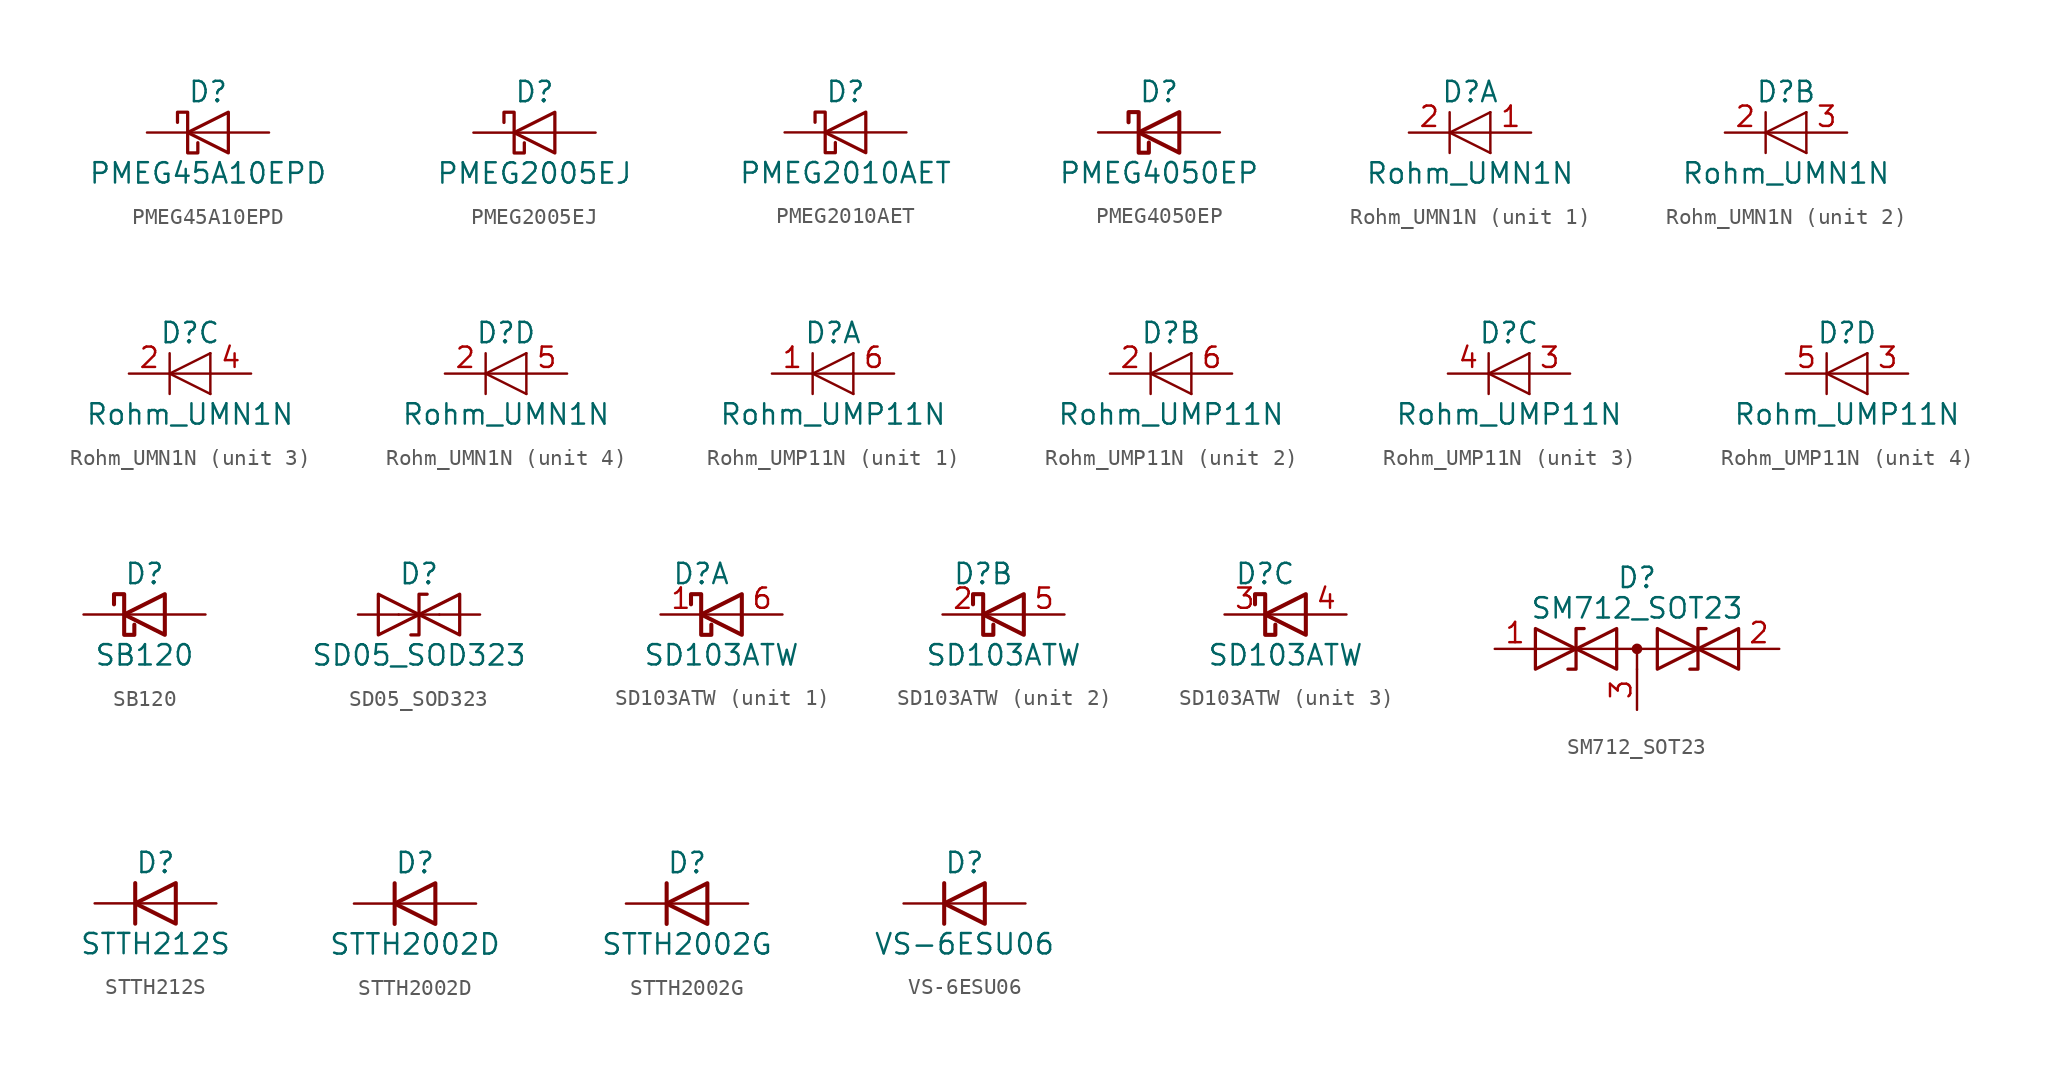
<source format=kicad_sym>
(kicad_symbol_lib
  (version 20241209)
  (generator "kicad_symbol_editor")
  (generator_version "9.0")
  (symbol "PMEG45A10EPD"
    (pin_numbers hide)
    (pin_names hide)
    (property "Reference" "D"
      (at 0 2.54 0)
      (effects (font (size 1.27 1.27))))
    (property "Value" "PMEG45A10EPD"
      (at 0 -2.54 0)
      (effects (font (size 1.27 1.27))))
    (symbol "PMEG45A10EPD_0_1"
      (polyline (pts (xy -1.905 0.635) (xy -1.905 1.27) (xy -1.27 1.27) (xy -1.27 -1.27) (xy -0.635 -1.27) (xy -0.635 -0.635)) (stroke (width 0.203) (type default)) (fill (type none)))
      (polyline (pts (xy 1.27 1.27) (xy 1.27 -1.27) (xy -1.27 0) (xy 1.27 1.27)) (stroke (width 0.203) (type default)) (fill (type none)))
      (polyline (pts (xy 1.27 0) (xy -1.27 0)) (stroke (width 0) (type default)) (fill (type none))))
    (symbol "PMEG45A10EPD_1_1"
      (pin passive line (at -3.81 0 0) (length 2.54) (name "K" (effects (font (size 1.27 1.27)))) (number "3" (effects (font (size 1.27 1.27)))))
      (pin passive line (at 3.81 0 180) (length 2.54) (name "A" (effects (font (size 1.27 1.27)))) (number "1" (effects (font (size 1.27 1.27)))))
      (pin passive line (at 3.81 0 180) (length 2.54) hide (name "A" (effects (font (size 1.27 1.27)))) (number "2" (effects (font (size 1.27 1.27)))))))
  (symbol "PMEG2005EJ"
    (pin_numbers hide)
    (pin_names hide)
    (property "Reference" "D"
      (at 0 2.54 0)
      (effects (font (size 1.27 1.27))))
    (property "Value" "PMEG2005EJ"
      (at 0 -2.54 0)
      (effects (font (size 1.27 1.27))))
    (symbol "PMEG2005EJ_0_1"
      (polyline (pts (xy -1.905 0.635) (xy -1.905 1.27) (xy -1.27 1.27) (xy -1.27 -1.27) (xy -0.635 -1.27) (xy -0.635 -0.635)) (stroke (width 0.203) (type default)) (fill (type none)))
      (polyline (pts (xy 1.27 1.27) (xy 1.27 -1.27) (xy -1.27 0) (xy 1.27 1.27)) (stroke (width 0.203) (type default)) (fill (type none)))
      (polyline (pts (xy 1.27 0) (xy -1.27 0)) (stroke (width 0) (type default)) (fill (type none))))
    (symbol "PMEG2005EJ_1_1"
      (pin passive line (at -3.81 0 0) (length 2.54) (name "K" (effects (font (size 1.27 1.27)))) (number "1" (effects (font (size 1.27 1.27)))))
      (pin passive line (at 3.81 0 180) (length 2.54) (name "A" (effects (font (size 1.27 1.27)))) (number "2" (effects (font (size 1.27 1.27)))))))
  (symbol "PMEG2010AET"
    (pin_numbers hide)
    (pin_names hide)
    (property "Reference" "D"
      (at 0 2.54 0)
      (effects (font (size 1.27 1.27))))
    (property "Value" "PMEG2010AET"
      (at 0 -2.54 0)
      (effects (font (size 1.27 1.27))))
    (symbol "PMEG2010AET_0_1"
      (polyline (pts (xy -1.905 0.635) (xy -1.905 1.27) (xy -1.27 1.27) (xy -1.27 -1.27) (xy -0.635 -1.27) (xy -0.635 -0.635)) (stroke (width 0.203) (type default)) (fill (type none)))
      (polyline (pts (xy 1.27 0) (xy -1.27 0)) (stroke (width 0) (type default)) (fill (type none)))
      (polyline (pts (xy 1.27 -1.27) (xy 1.27 1.27) (xy -1.27 0) (xy 1.27 -1.27)) (stroke (width 0.203) (type default)) (fill (type none))))
    (symbol "PMEG2010AET_1_1"
      (pin passive line (at -3.81 0 0) (length 2.54) (name "K" (effects (font (size 1.27 1.27)))) (number "3" (effects (font (size 1.27 1.27)))))
      (pin no_connect line (at 0 0 180) (length 2.54) hide (name "NC" (effects (font (size 1.27 1.27)))) (number "2" (effects (font (size 1.27 1.27)))))
      (pin passive line (at 3.81 0 180) (length 2.54) (name "A" (effects (font (size 1.27 1.27)))) (number "1" (effects (font (size 1.27 1.27)))))))
  (symbol "PMEG4050EP"
    (pin_numbers hide)
    (pin_names hide)
    (property "Reference" "D"
      (at 0 2.54 0)
      (effects (font (size 1.27 1.27))))
    (property "Value" "PMEG4050EP"
      (at 0 -2.54 0)
      (effects (font (size 1.27 1.27))))
    (symbol "PMEG4050EP_0_1"
      (polyline (pts (xy -1.905 0.635) (xy -1.905 1.27) (xy -1.27 1.27) (xy -1.27 -1.27) (xy -0.635 -1.27) (xy -0.635 -0.635)) (stroke (width 0.254) (type default)) (fill (type none)))
      (polyline (pts (xy 1.27 1.27) (xy 1.27 -1.27) (xy -1.27 0) (xy 1.27 1.27)) (stroke (width 0.254) (type default)) (fill (type none)))
      (polyline (pts (xy 1.27 0) (xy -1.27 0)) (stroke (width 0) (type default)) (fill (type none))))
    (symbol "PMEG4050EP_1_1"
      (pin passive line (at -3.81 0 0) (length 2.54) (name "K" (effects (font (size 1.27 1.27)))) (number "1" (effects (font (size 1.27 1.27)))))
      (pin passive line (at 3.81 0 180) (length 2.54) (name "A" (effects (font (size 1.27 1.27)))) (number "2" (effects (font (size 1.27 1.27)))))))
  (symbol "Rohm_UMN1N"
    (pin_names
      (offset 1.016) hide)
    (property "Reference" "D"
      (at 0 2.54 0)
      (effects (font (size 1.27 1.27))))
    (property "Value" "Rohm_UMN1N"
      (at 0 -2.54 0)
      (effects (font (size 1.27 1.27))))
    (symbol "Rohm_UMN1N_0_1"
      (polyline (pts (xy -1.27 1.27) (xy -1.27 -1.27)) (stroke (width 0.152) (type default)) (fill (type none)))
      (polyline (pts (xy 1.27 1.27) (xy -1.27 0) (xy 1.27 -1.27)) (stroke (width 0) (type default)) (fill (type none)))
      (polyline (pts (xy 1.27 0) (xy -1.27 0)) (stroke (width 0) (type default)) (fill (type none)))
      (polyline (pts (xy 1.27 -1.27) (xy 1.27 1.27)) (stroke (width 0) (type default)) (fill (type none))))
    (symbol "Rohm_UMN1N_1_1"
      (pin passive line (at -3.81 0 0) (length 2.54) (name "K" (effects (font (size 1.27 1.27)))) (number "2" (effects (font (size 1.27 1.27)))))
      (pin passive line (at 3.81 0 180) (length 2.54) (name "A" (effects (font (size 1.27 1.27)))) (number "1" (effects (font (size 1.27 1.27))))))
    (symbol "Rohm_UMN1N_2_1"
      (pin passive line (at -3.81 0 0) (length 2.54) (name "K" (effects (font (size 1.27 1.27)))) (number "2" (effects (font (size 1.27 1.27)))))
      (pin passive line (at 3.81 0 180) (length 2.54) (name "A" (effects (font (size 1.27 1.27)))) (number "3" (effects (font (size 1.27 1.27))))))
    (symbol "Rohm_UMN1N_3_1"
      (pin passive line (at -3.81 0 0) (length 2.54) (name "K" (effects (font (size 1.27 1.27)))) (number "2" (effects (font (size 1.27 1.27)))))
      (pin passive line (at 3.81 0 180) (length 2.54) (name "A" (effects (font (size 1.27 1.27)))) (number "4" (effects (font (size 1.27 1.27))))))
    (symbol "Rohm_UMN1N_4_1"
      (pin passive line (at -3.81 0 0) (length 2.54) (name "K" (effects (font (size 1.27 1.27)))) (number "2" (effects (font (size 1.27 1.27)))))
      (pin passive line (at 3.81 0 180) (length 2.54) (name "A" (effects (font (size 1.27 1.27)))) (number "5" (effects (font (size 1.27 1.27)))))))
  (symbol "Rohm_UMP11N"
    (pin_names
      (offset 1.016) hide)
    (property "Reference" "D"
      (at 0 2.54 0)
      (effects (font (size 1.27 1.27))))
    (property "Value" "Rohm_UMP11N"
      (at 0 -2.54 0)
      (effects (font (size 1.27 1.27))))
    (symbol "Rohm_UMP11N_0_1"
      (polyline (pts (xy -1.27 1.27) (xy -1.27 -1.27)) (stroke (width 0.152) (type default)) (fill (type none)))
      (polyline (pts (xy 1.27 1.27) (xy -1.27 0) (xy 1.27 -1.27)) (stroke (width 0) (type default)) (fill (type none)))
      (polyline (pts (xy 1.27 0) (xy -1.27 0)) (stroke (width 0) (type default)) (fill (type none)))
      (polyline (pts (xy 1.27 -1.27) (xy 1.27 1.27)) (stroke (width 0) (type default)) (fill (type none))))
    (symbol "Rohm_UMP11N_1_1"
      (pin passive line (at -3.81 0 0) (length 2.54) (name "K" (effects (font (size 1.27 1.27)))) (number "1" (effects (font (size 1.27 1.27)))))
      (pin passive line (at 3.81 0 180) (length 2.54) (name "A" (effects (font (size 1.27 1.27)))) (number "6" (effects (font (size 1.27 1.27))))))
    (symbol "Rohm_UMP11N_2_1"
      (pin passive line (at -3.81 0 0) (length 2.54) (name "K" (effects (font (size 1.27 1.27)))) (number "2" (effects (font (size 1.27 1.27)))))
      (pin passive line (at 3.81 0 180) (length 2.54) (name "A" (effects (font (size 1.27 1.27)))) (number "6" (effects (font (size 1.27 1.27))))))
    (symbol "Rohm_UMP11N_3_1"
      (pin passive line (at -3.81 0 0) (length 2.54) (name "K" (effects (font (size 1.27 1.27)))) (number "4" (effects (font (size 1.27 1.27)))))
      (pin passive line (at 3.81 0 180) (length 2.54) (name "A" (effects (font (size 1.27 1.27)))) (number "3" (effects (font (size 1.27 1.27))))))
    (symbol "Rohm_UMP11N_4_1"
      (pin passive line (at -3.81 0 0) (length 2.54) (name "K" (effects (font (size 1.27 1.27)))) (number "5" (effects (font (size 1.27 1.27)))))
      (pin passive line (at 3.81 0 180) (length 2.54) (name "A" (effects (font (size 1.27 1.27)))) (number "3" (effects (font (size 1.27 1.27)))))))
  (symbol "SB120"
    (pin_numbers hide)
    (pin_names
      (offset 1.016) hide)
    (property "Reference" "D"
      (at 0 2.54 0)
      (effects (font (size 1.27 1.27))))
    (property "Value" "SB120"
      (at 0 -2.54 0)
      (effects (font (size 1.27 1.27))))
    (symbol "SB120_0_1"
      (polyline (pts (xy -1.905 0.635) (xy -1.905 1.27) (xy -1.27 1.27) (xy -1.27 -1.27) (xy -0.635 -1.27) (xy -0.635 -0.635)) (stroke (width 0.254) (type default)) (fill (type none)))
      (polyline (pts (xy 1.27 1.27) (xy 1.27 -1.27) (xy -1.27 0) (xy 1.27 1.27)) (stroke (width 0.254) (type default)) (fill (type none)))
      (polyline (pts (xy 1.27 0) (xy -1.27 0)) (stroke (width 0) (type default)) (fill (type none))))
    (symbol "SB120_1_1"
      (pin passive line (at -3.81 0 0) (length 2.54) (name "K" (effects (font (size 1.27 1.27)))) (number "1" (effects (font (size 1.27 1.27)))))
      (pin passive line (at 3.81 0 180) (length 2.54) (name "A" (effects (font (size 1.27 1.27)))) (number "2" (effects (font (size 1.27 1.27)))))))
  (symbol "SD05_SOD323"
    (pin_numbers hide)
    (pin_names
      (offset 1.016) hide)
    (property "Reference" "D"
      (at 0 2.54 0)
      (effects (font (size 1.27 1.27))))
    (property "Value" "SD05_SOD323"
      (at 0 -2.54 0)
      (effects (font (size 1.27 1.27))))
    (symbol "SD05_SOD323_0_1"
      (polyline (pts (xy -2.54 -1.27) (xy 0 0) (xy -2.54 1.27) (xy -2.54 -1.27)) (stroke (width 0.203) (type default)) (fill (type none)))
      (polyline (pts (xy 0.508 1.27) (xy 0 1.27) (xy 0 -1.27) (xy -0.508 -1.27)) (stroke (width 0.203) (type default)) (fill (type none)))
      (polyline (pts (xy 1.27 0) (xy -1.27 0)) (stroke (width 0) (type default)) (fill (type none)))
      (polyline (pts (xy 2.54 1.27) (xy 2.54 -1.27) (xy 0 0) (xy 2.54 1.27)) (stroke (width 0.203) (type default)) (fill (type none))))
    (symbol "SD05_SOD323_1_1"
      (pin passive line (at -3.81 0 0) (length 2.54) (name "A1" (effects (font (size 1.27 1.27)))) (number "1" (effects (font (size 1.27 1.27)))))
      (pin passive line (at 3.81 0 180) (length 2.54) (name "A2" (effects (font (size 1.27 1.27)))) (number "2" (effects (font (size 1.27 1.27)))))))
  (symbol "SD103ATW"
    (pin_names hide)
    (property "Reference" "D"
      (at -1.27 2.54 0)
      (effects (font (size 1.27 1.27))))
    (property "Value" "SD103ATW"
      (at 0 -2.54 0)
      (effects (font (size 1.27 1.27))))
    (symbol "SD103ATW_0_1"
      (polyline (pts (xy -1.905 0.635) (xy -1.905 1.27) (xy -1.27 1.27) (xy -1.27 -1.27) (xy -0.635 -1.27) (xy -0.635 -0.635)) (stroke (width 0.254) (type default)) (fill (type none)))
      (polyline (pts (xy 1.27 1.27) (xy 1.27 -1.27) (xy -1.27 0) (xy 1.27 1.27)) (stroke (width 0.254) (type default)) (fill (type none)))
      (polyline (pts (xy 1.27 0) (xy -1.27 0)) (stroke (width 0) (type default)) (fill (type none))))
    (symbol "SD103ATW_1_1"
      (pin passive line (at -3.81 0 0) (length 2.54) (name "K" (effects (font (size 1.27 1.27)))) (number "1" (effects (font (size 1.27 1.27)))))
      (pin passive line (at 3.81 0 180) (length 2.54) (name "A" (effects (font (size 1.27 1.27)))) (number "6" (effects (font (size 1.27 1.27))))))
    (symbol "SD103ATW_2_1"
      (pin passive line (at -3.81 0 0) (length 2.54) (name "K" (effects (font (size 1.27 1.27)))) (number "2" (effects (font (size 1.27 1.27)))))
      (pin passive line (at 3.81 0 180) (length 2.54) (name "A" (effects (font (size 1.27 1.27)))) (number "5" (effects (font (size 1.27 1.27))))))
    (symbol "SD103ATW_3_1"
      (pin passive line (at -3.81 0 0) (length 2.54) (name "K" (effects (font (size 1.27 1.27)))) (number "3" (effects (font (size 1.27 1.27)))))
      (pin passive line (at 3.81 0 180) (length 2.54) (name "A" (effects (font (size 1.27 1.27)))) (number "4" (effects (font (size 1.27 1.27)))))))
  (symbol "SM712_SOT23"
    (pin_names
      (offset 1.016) hide)
    (property "Reference" "D"
      (at 0 4.445 0)
      (effects (font (size 1.27 1.27))))
    (property "Value" "SM712_SOT23"
      (at 0 2.54 0)
      (effects (font (size 1.27 1.27))))
    (symbol "SM712_SOT23_0_0"
      (polyline (pts (xy 0 -1.27) (xy 0 0)) (stroke (width 0) (type default)) (fill (type none))))
    (symbol "SM712_SOT23_0_1"
      (polyline (pts (xy -6.35 0) (xy 6.35 0)) (stroke (width 0) (type default)) (fill (type none)))
      (polyline (pts (xy -6.35 -1.27) (xy -1.27 1.27) (xy -1.27 -1.27) (xy -6.35 1.27) (xy -6.35 -1.27)) (stroke (width 0.203) (type default)) (fill (type none)))
      (polyline (pts (xy -3.302 1.27) (xy -3.81 1.27) (xy -3.81 -1.27) (xy -4.318 -1.27)) (stroke (width 0.203) (type default)) (fill (type none)))
      (circle (center 0 0) (radius 0.254) (stroke (width 0) (type default)) (fill (type outline)))
      (polyline (pts (xy 1.27 -1.27) (xy 1.27 1.27) (xy 6.35 -1.27) (xy 6.35 1.27) (xy 1.27 -1.27)) (stroke (width 0.203) (type default)) (fill (type none)))
      (polyline (pts (xy 4.318 1.27) (xy 3.81 1.27) (xy 3.81 -1.27) (xy 3.302 -1.27)) (stroke (width 0.203) (type default)) (fill (type none))))
    (symbol "SM712_SOT23_1_1"
      (pin passive line (at -8.89 0 0) (length 2.54) (name "A1" (effects (font (size 1.27 1.27)))) (number "1" (effects (font (size 1.27 1.27)))))
      (pin input line (at 0 -3.81 90) (length 2.54) (name "common" (effects (font (size 1.27 1.27)))) (number "3" (effects (font (size 1.27 1.27)))))
      (pin passive line (at 8.89 0 180) (length 2.54) (name "A2" (effects (font (size 1.27 1.27)))) (number "2" (effects (font (size 1.27 1.27)))))))
  (symbol "STTH212S"
    (pin_numbers hide)
    (pin_names
      (offset 1.016) hide)
    (property "Reference" "D"
      (at 0 2.54 0)
      (effects (font (size 1.27 1.27))))
    (property "Value" "STTH212S"
      (at 0 -2.54 0)
      (effects (font (size 1.27 1.27))))
    (symbol "STTH212S_0_1"
      (polyline (pts (xy -1.27 1.27) (xy -1.27 -1.27)) (stroke (width 0.254) (type default)) (fill (type none)))
      (polyline (pts (xy 1.27 1.27) (xy 1.27 -1.27) (xy -1.27 0) (xy 1.27 1.27)) (stroke (width 0.254) (type default)) (fill (type none)))
      (polyline (pts (xy 1.27 0) (xy -1.27 0)) (stroke (width 0) (type default)) (fill (type none))))
    (symbol "STTH212S_1_1"
      (pin passive line (at -3.81 0 0) (length 2.54) (name "K" (effects (font (size 1.27 1.27)))) (number "1" (effects (font (size 1.27 1.27)))))
      (pin passive line (at 3.81 0 180) (length 2.54) (name "A" (effects (font (size 1.27 1.27)))) (number "2" (effects (font (size 1.27 1.27)))))))
  (symbol "STTH2002D"
    (pin_numbers hide)
    (pin_names hide)
    (property "Reference" "D"
      (at 0 2.54 0)
      (effects (font (size 1.27 1.27))))
    (property "Value" "STTH2002D"
      (at 0 -2.54 0)
      (effects (font (size 1.27 1.27))))
    (symbol "STTH2002D_0_0"
      (pin no_connect line (at 0 0 90) (length 2.54) hide (name "NC" (effects (font (size 1.27 1.27)))) (number "3" (effects (font (size 1.27 1.27))))))
    (symbol "STTH2002D_0_1"
      (polyline (pts (xy -1.27 1.27) (xy -1.27 -1.27)) (stroke (width 0.254) (type default)) (fill (type none)))
      (polyline (pts (xy 1.27 1.27) (xy 1.27 -1.27) (xy -1.27 0) (xy 1.27 1.27)) (stroke (width 0.254) (type default)) (fill (type none)))
      (polyline (pts (xy 1.27 0) (xy -1.27 0)) (stroke (width 0) (type default)) (fill (type none))))
    (symbol "STTH2002D_1_1"
      (pin passive line (at -3.81 0 0) (length 2.54) (name "K" (effects (font (size 1.27 1.27)))) (number "1" (effects (font (size 1.27 1.27)))))
      (pin passive line (at 3.81 0 180) (length 2.54) (name "A" (effects (font (size 1.27 1.27)))) (number "2" (effects (font (size 1.27 1.27)))))))
  (symbol "STTH2002G"
    (pin_numbers hide)
    (pin_names hide)
    (property "Reference" "D"
      (at 0 2.54 0)
      (effects (font (size 1.27 1.27))))
    (property "Value" "STTH2002G"
      (at 0 -2.54 0)
      (effects (font (size 1.27 1.27))))
    (symbol "STTH2002G_0_0"
      (pin passive line (at -3.81 0 0) (length 2.54) (name "K" (effects (font (size 1.27 1.27)))) (number "2" (effects (font (size 1.27 1.27))))))
    (symbol "STTH2002G_0_1"
      (polyline (pts (xy -1.27 1.27) (xy -1.27 -1.27)) (stroke (width 0.254) (type default)) (fill (type none)))
      (polyline (pts (xy 1.27 1.27) (xy 1.27 -1.27) (xy -1.27 0) (xy 1.27 1.27)) (stroke (width 0.254) (type default)) (fill (type none)))
      (polyline (pts (xy 1.27 0) (xy -1.27 0)) (stroke (width 0) (type default)) (fill (type none))))
    (symbol "STTH2002G_1_1"
      (pin no_connect line (at 0 0 90) (length 2.54) hide (name "NC" (effects (font (size 1.27 1.27)))) (number "1" (effects (font (size 1.27 1.27)))))
      (pin passive line (at 3.81 0 180) (length 2.54) (name "A" (effects (font (size 1.27 1.27)))) (number "3" (effects (font (size 1.27 1.27)))))))
  (symbol "VS-6ESU06"
    (pin_numbers hide)
    (pin_names hide)
    (property "Reference" "D"
      (at 0 2.54 0)
      (effects (font (size 1.27 1.27))))
    (property "Value" "VS-6ESU06"
      (at 0 -2.54 0)
      (effects (font (size 1.27 1.27))))
    (symbol "VS-6ESU06_0_1"
      (polyline (pts (xy -1.27 1.27) (xy -1.27 -1.27)) (stroke (width 0.254) (type default)) (fill (type none)))
      (polyline (pts (xy 1.27 1.27) (xy 1.27 -1.27) (xy -1.27 0) (xy 1.27 1.27)) (stroke (width 0.254) (type default)) (fill (type none)))
      (polyline (pts (xy 1.27 0) (xy -1.27 0)) (stroke (width 0) (type default)) (fill (type none))))
    (symbol "VS-6ESU06_1_1"
      (pin passive line (at -3.81 0 0) (length 2.54) (name "K" (effects (font (size 1.27 1.27)))) (number "3" (effects (font (size 1.27 1.27)))))
      (pin passive line (at 3.81 0 180) (length 2.54) (name "A" (effects (font (size 1.27 1.27)))) (number "1" (effects (font (size 1.27 1.27)))))
      (pin passive line (at 3.81 0 180) (length 2.54) hide (name "A" (effects (font (size 1.27 1.27)))) (number "2" (effects (font (size 1.27 1.27))))))))
</source>
